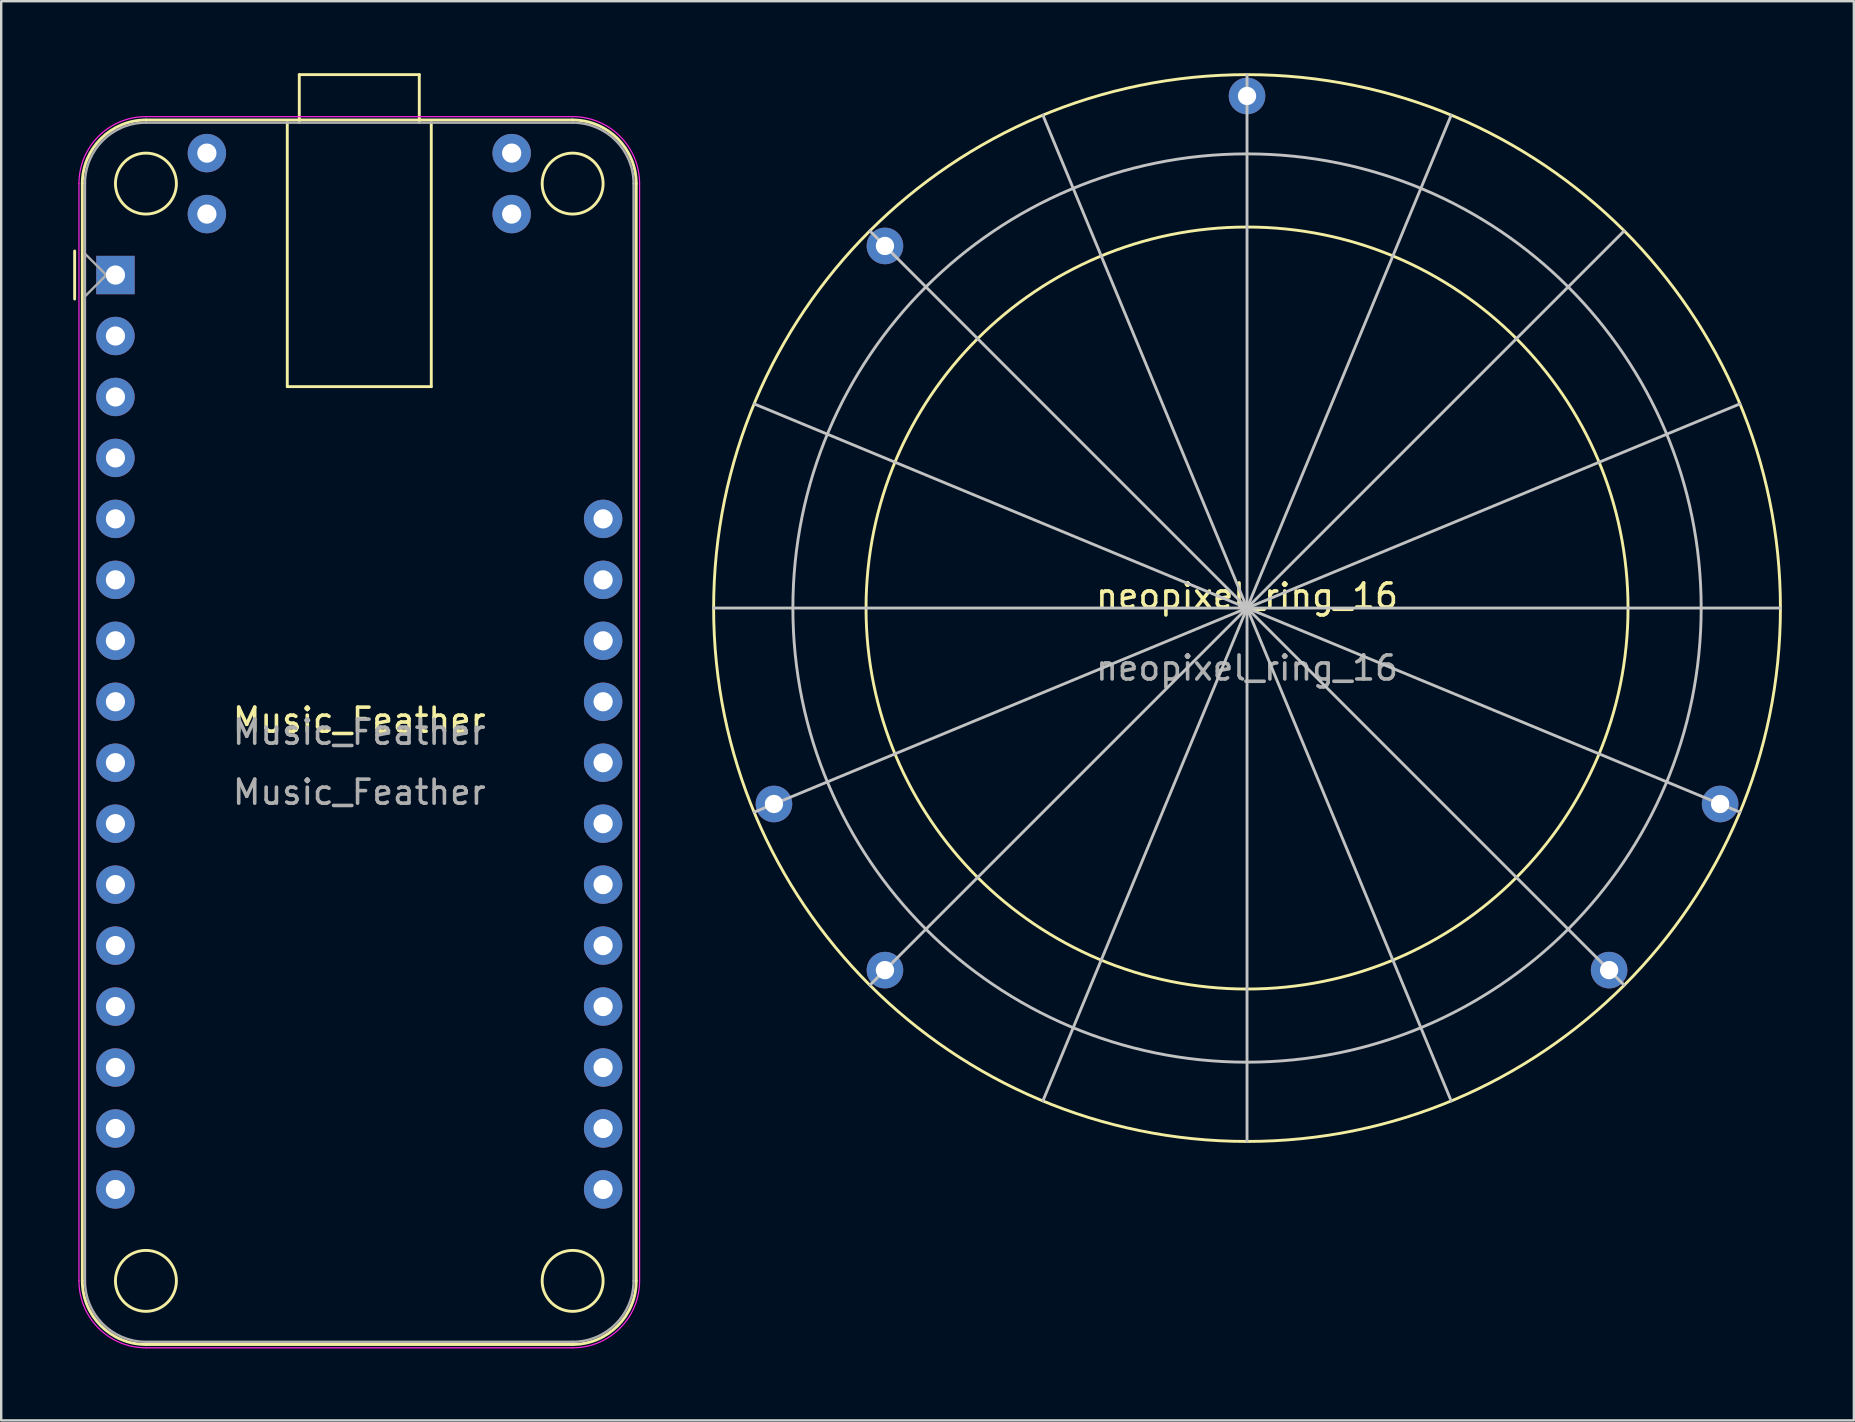
<source format=kicad_pcb>
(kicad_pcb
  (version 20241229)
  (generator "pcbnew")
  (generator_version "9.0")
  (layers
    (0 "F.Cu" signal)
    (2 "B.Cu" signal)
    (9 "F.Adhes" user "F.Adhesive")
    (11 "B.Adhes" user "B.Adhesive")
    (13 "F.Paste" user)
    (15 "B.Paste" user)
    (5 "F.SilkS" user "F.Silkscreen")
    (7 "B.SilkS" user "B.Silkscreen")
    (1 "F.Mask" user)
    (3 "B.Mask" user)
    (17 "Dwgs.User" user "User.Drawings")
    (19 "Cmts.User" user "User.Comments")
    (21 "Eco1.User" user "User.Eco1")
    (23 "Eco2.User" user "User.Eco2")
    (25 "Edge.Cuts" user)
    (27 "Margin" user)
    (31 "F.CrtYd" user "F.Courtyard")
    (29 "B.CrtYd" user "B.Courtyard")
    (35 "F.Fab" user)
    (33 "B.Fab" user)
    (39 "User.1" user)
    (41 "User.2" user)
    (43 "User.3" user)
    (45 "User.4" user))
  (footprint "Music_Feather"
    (layer "F.Cu")
    (at 11.92 27.46)
    (property "Reference" "Music_Feather" (at 0 -0.5 0) (unlocked yes) (layer "F.SilkS") (effects (font (size 1 1) (thickness 0.15))))
    (attr through_hole)
    (fp_line (start -11.86 -18.05) (end -11.86 -20.05) (stroke (width 0.12) (type solid)) (layer "F.SilkS"))
    (fp_line (start -11.54 -22.86) (end -11.54 22.86) (stroke (width 0.12) (type solid)) (layer "F.SilkS"))
    (fp_line (start -3 -14.4) (end -3 -25.4) (stroke (width 0.12) (type solid)) (layer "F.SilkS"))
    (fp_line (start -2.5 -27.4) (end 2.5 -27.4) (stroke (width 0.12) (type solid)) (layer "F.SilkS"))
    (fp_line (start -2.5 -25.4) (end -2.5 -27.4) (stroke (width 0.12) (type solid)) (layer "F.SilkS"))
    (fp_line (start 2.5 -27.4) (end 2.5 -25.4) (stroke (width 0.12) (type solid)) (layer "F.SilkS"))
    (fp_line (start 3 -25.4) (end 3 -14.4) (stroke (width 0.12) (type solid)) (layer "F.SilkS"))
    (fp_line (start 3 -14.4) (end -3 -14.4) (stroke (width 0.12) (type solid)) (layer "F.SilkS"))
    (fp_line (start 8.89 -25.51) (end -8.89 -25.51) (stroke (width 0.12) (type solid)) (layer "F.SilkS"))
    (fp_line (start 8.89 25.51) (end -8.89 25.51) (stroke (width 0.12) (type solid)) (layer "F.SilkS"))
    (fp_line (start 11.54 -22.86) (end 11.54 22.86) (stroke (width 0.12) (type solid)) (layer "F.SilkS"))
    (fp_arc (start -11.54 -22.86) (mid -10.763833 -24.733833) (end -8.89 -25.51) (stroke (width 0.12) (type solid)) (layer "F.SilkS"))
    (fp_arc (start -8.89 25.51) (mid -10.763833 24.733833) (end -11.54 22.86) (stroke (width 0.12) (type solid)) (layer "F.SilkS"))
    (fp_arc (start 8.89 -25.51) (mid 10.763833 -24.733833) (end 11.54 -22.86) (stroke (width 0.12) (type solid)) (layer "F.SilkS"))
    (fp_arc (start 11.54 22.86) (mid 10.763833 24.733833) (end 8.89 25.51) (stroke (width 0.12) (type solid)) (layer "F.SilkS"))
    (fp_circle (center -8.89 -22.86) (end -7.62 -22.86) (stroke (width 0.12) (type solid)) (fill no) (layer "F.SilkS"))
    (fp_circle (center -8.89 22.86) (end -7.62 22.86) (stroke (width 0.12) (type solid)) (fill no) (layer "F.SilkS"))
    (fp_circle (center 8.89 -22.86) (end 10.16 -22.86) (stroke (width 0.12) (type solid)) (fill no) (layer "F.SilkS"))
    (fp_circle (center 8.89 22.86) (end 10.16 22.86) (stroke (width 0.12) (type solid)) (fill no) (layer "F.SilkS"))
    (fp_line (start -11.68 22.86) (end -11.68 -22.86) (stroke (width 0.05) (type solid)) (layer "F.CrtYd"))
    (fp_line (start 8.89 -25.65) (end -8.89 -25.65) (stroke (width 0.05) (type solid)) (layer "F.CrtYd"))
    (fp_line (start 8.89 25.65) (end -8.89 25.65) (stroke (width 0.05) (type solid)) (layer "F.CrtYd"))
    (fp_line (start 11.68 22.86) (end 11.68 -22.86) (stroke (width 0.05) (type solid)) (layer "F.CrtYd"))
    (fp_arc (start -11.68 -22.86) (mid -10.862828 -24.832828) (end -8.89 -25.65) (stroke (width 0.05) (type solid)) (layer "F.CrtYd"))
    (fp_arc (start -8.89 25.65) (mid -10.862828 24.832828) (end -11.68 22.86) (stroke (width 0.05) (type solid)) (layer "F.CrtYd"))
    (fp_arc (start 8.89 -25.65) (mid 10.862828 -24.832828) (end 11.68 -22.86) (stroke (width 0.05) (type solid)) (layer "F.CrtYd"))
    (fp_arc (start 11.68 22.86) (mid 10.862828 24.832828) (end 8.89 25.65) (stroke (width 0.05) (type solid)) (layer "F.CrtYd"))
    (fp_line (start -11.43 -22.86) (end -11.43 22.86) (stroke (width 0.1) (type solid)) (layer "F.Fab"))
    (fp_line (start -11.43 -19.939) (end -10.541 -19.05) (stroke (width 0.1) (type solid)) (layer "F.Fab"))
    (fp_line (start -10.541 -19.05) (end -11.43 -18.161) (stroke (width 0.1) (type solid)) (layer "F.Fab"))
    (fp_line (start -8.89 25.4) (end 8.89 25.4) (stroke (width 0.1) (type solid)) (layer "F.Fab"))
    (fp_line (start 8.89 -25.4) (end -8.89 -25.4) (stroke (width 0.1) (type solid)) (layer "F.Fab"))
    (fp_line (start 11.43 22.86) (end 11.43 -22.86) (stroke (width 0.1) (type solid)) (layer "F.Fab"))
    (fp_arc (start -11.43 -22.86) (mid -10.686051 -24.656051) (end -8.89 -25.4) (stroke (width 0.1) (type solid)) (layer "F.Fab"))
    (fp_arc (start -8.938762 25.399532) (mid -10.703209 24.638728) (end -11.43 22.86) (stroke (width 0.1) (type solid)) (layer "F.Fab"))
    (fp_arc (start 8.89 -25.4) (mid 10.686051 -24.656051) (end 11.43 -22.86) (stroke (width 0.1) (type solid)) (layer "F.Fab"))
    (fp_arc (start 11.43 22.86) (mid 10.686051 24.656051) (end 8.89 25.4) (stroke (width 0.1) (type solid)) (layer "F.Fab"))
    (fp_text user "${REFERENCE}" (at 0 2.5 0) (unlocked yes) (layer "F.Fab") (effects (font (size 1 1) (thickness 0.15))))
    (fp_text user "${REFERENCE}" (at 0 0 180) (layer "F.Fab") (effects (font (size 1 1) (thickness 0.15))))
    (pad "1" thru_hole rect (at -10.16 -19.05 180) (size 1.6 1.6) (drill 0.8) (layers "*.Cu" "*.Mask"))
    (pad "2" thru_hole circle (at -10.16 -16.51 180) (size 1.6 1.6) (drill 0.8) (layers "*.Cu" "*.Mask"))
    (pad "3" thru_hole circle (at -10.16 -13.97 180) (size 1.6 1.6) (drill 0.8) (layers "*.Cu" "*.Mask"))
    (pad "4" thru_hole circle (at -10.16 -11.43 180) (size 1.6 1.6) (drill 0.8) (layers "*.Cu" "*.Mask"))
    (pad "5" thru_hole circle (at -10.16 -8.89 180) (size 1.6 1.6) (drill 0.8) (layers "*.Cu" "*.Mask"))
    (pad "6" thru_hole circle (at -10.16 -6.35 180) (size 1.6 1.6) (drill 0.8) (layers "*.Cu" "*.Mask"))
    (pad "7" thru_hole circle (at -10.16 -3.81 180) (size 1.6 1.6) (drill 0.8) (layers "*.Cu" "*.Mask"))
    (pad "8" thru_hole circle (at -10.16 -1.27 180) (size 1.6 1.6) (drill 0.8) (layers "*.Cu" "*.Mask"))
    (pad "9" thru_hole circle (at -10.16 1.27 180) (size 1.6 1.6) (drill 0.8) (layers "*.Cu" "*.Mask"))
    (pad "10" thru_hole circle (at -10.16 3.81 180) (size 1.6 1.6) (drill 0.8) (layers "*.Cu" "*.Mask"))
    (pad "11" thru_hole circle (at -10.16 6.35 180) (size 1.6 1.6) (drill 0.8) (layers "*.Cu" "*.Mask"))
    (pad "12" thru_hole circle (at -10.16 8.89 180) (size 1.6 1.6) (drill 0.8) (layers "*.Cu" "*.Mask"))
    (pad "13" thru_hole circle (at -10.16 11.43 180) (size 1.6 1.6) (drill 0.8) (layers "*.Cu" "*.Mask"))
    (pad "14" thru_hole circle (at -10.16 13.97 180) (size 1.6 1.6) (drill 0.8) (layers "*.Cu" "*.Mask"))
    (pad "15" thru_hole circle (at -10.16 16.51 180) (size 1.6 1.6) (drill 0.8) (layers "*.Cu" "*.Mask"))
    (pad "16" thru_hole circle (at -10.16 19.05 180) (size 1.6 1.6) (drill 0.8) (layers "*.Cu" "*.Mask"))
    (pad "17" thru_hole circle (at 10.16 19.05 180) (size 1.6 1.6) (drill 0.8) (layers "*.Cu" "*.Mask"))
    (pad "18" thru_hole circle (at 10.16 16.51 180) (size 1.6 1.6) (drill 0.8) (layers "*.Cu" "*.Mask"))
    (pad "19" thru_hole circle (at 10.16 13.97 180) (size 1.6 1.6) (drill 0.8) (layers "*.Cu" "*.Mask"))
    (pad "20" thru_hole circle (at 10.16 11.43 180) (size 1.6 1.6) (drill 0.8) (layers "*.Cu" "*.Mask"))
    (pad "21" thru_hole circle (at 10.16 8.89 180) (size 1.6 1.6) (drill 0.8) (layers "*.Cu" "*.Mask"))
    (pad "22" thru_hole circle (at 10.16 6.35 180) (size 1.6 1.6) (drill 0.8) (layers "*.Cu" "*.Mask"))
    (pad "23" thru_hole circle (at 10.16 3.81 180) (size 1.6 1.6) (drill 0.8) (layers "*.Cu" "*.Mask"))
    (pad "24" thru_hole circle (at 10.16 1.27 180) (size 1.6 1.6) (drill 0.8) (layers "*.Cu" "*.Mask"))
    (pad "25" thru_hole circle (at 10.16 -1.27 180) (size 1.6 1.6) (drill 0.8) (layers "*.Cu" "*.Mask"))
    (pad "26" thru_hole circle (at 10.16 -3.81 180) (size 1.6 1.6) (drill 0.8) (layers "*.Cu" "*.Mask"))
    (pad "27" thru_hole circle (at 10.16 -6.35 180) (size 1.6 1.6) (drill 0.8) (layers "*.Cu" "*.Mask"))
    (pad "28" thru_hole circle (at 10.16 -8.89 180) (size 1.6 1.6) (drill 0.8) (layers "*.Cu" "*.Mask"))
    (pad "29" thru_hole circle (at 6.35 -21.59 180) (size 1.6 1.6) (drill 0.8) (layers "*.Cu" "*.Mask"))
    (pad "30" thru_hole circle (at 6.35 -24.13 180) (size 1.6 1.6) (drill 0.8) (layers "*.Cu" "*.Mask"))
    (pad "31" thru_hole circle (at -6.35 -24.13 180) (size 1.6 1.6) (drill 0.8) (layers "*.Cu" "*.Mask"))
    (pad "32" thru_hole circle (at -6.35 -21.59 180) (size 1.6 1.6) (drill 0.8) (layers "*.Cu" "*.Mask")))
  (footprint "neopixel_ring_16"
    (layer "F.Cu")
    (at 48.91 22.285)
    (property "Reference" "neopixel_ring_16" (at 0 -0.5 0) (unlocked yes) (layer "F.SilkS") (effects (font (size 1 1) (thickness 0.15))))
    (attr through_hole)
    (fp_circle (center 0 0) (end 15.875 0) (stroke (width 0.12) (type solid)) (fill no) (layer "F.SilkS"))
    (fp_circle (center 0 0) (end 22.225 0) (stroke (width 0.12) (type solid)) (fill no) (layer "F.SilkS"))
    (fp_line (start 0 0) (end -22.225 -0.000001) (stroke (width 0.12) (type solid)) (layer "Dwgs.User"))
    (fp_line (start 0 0) (end -20.533 8.505) (stroke (width 0.12) (type solid)) (layer "Dwgs.User"))
    (fp_line (start 0 0) (end -20.533 -8.505) (stroke (width 0.12) (type solid)) (layer "Dwgs.User"))
    (fp_line (start 0 0) (end -15.715 15.715) (stroke (width 0.12) (type solid)) (layer "Dwgs.User"))
    (fp_line (start 0 0) (end -15.715 -15.715) (stroke (width 0.12) (type solid)) (layer "Dwgs.User"))
    (fp_line (start 0 0) (end -8.505 20.533) (stroke (width 0.12) (type solid)) (layer "Dwgs.User"))
    (fp_line (start 0 0) (end -8.505 -20.533) (stroke (width 0.12) (type solid)) (layer "Dwgs.User"))
    (fp_line (start 0 0) (end 0 -22.225) (stroke (width 0.12) (type solid)) (layer "Dwgs.User"))
    (fp_line (start 0 0) (end 0.000001 22.225) (stroke (width 0.12) (type solid)) (layer "Dwgs.User"))
    (fp_line (start 0 0) (end 8.505 -20.533) (stroke (width 0.12) (type solid)) (layer "Dwgs.User"))
    (fp_line (start 0 0) (end 8.505 20.533) (stroke (width 0.12) (type solid)) (layer "Dwgs.User"))
    (fp_line (start 0 0) (end 15.715 -15.715) (stroke (width 0.12) (type solid)) (layer "Dwgs.User"))
    (fp_line (start 0 0) (end 15.715 15.715) (stroke (width 0.12) (type solid)) (layer "Dwgs.User"))
    (fp_line (start 0 0) (end 20.533 -8.505) (stroke (width 0.12) (type solid)) (layer "Dwgs.User"))
    (fp_line (start 0 0) (end 20.533 8.505) (stroke (width 0.12) (type solid)) (layer "Dwgs.User"))
    (fp_line (start 0 0) (end 22.225 0) (stroke (width 0.12) (type solid)) (layer "Dwgs.User"))
    (fp_circle (center 0 0) (end 18.923 0) (stroke (width 0.12) (type solid)) (fill no) (layer "Dwgs.User"))
    (fp_text user "${REFERENCE}" (at 0 2.5 0) (unlocked yes) (layer "F.Fab") (effects (font (size 1 1) (thickness 0.15))))
    (pad "1" thru_hole circle (at -15.087 -15.087 247.5) (size 1.524 1.524) (drill 0.762) (layers "*.Cu" "*.Mask"))
    (pad "2" thru_hole circle (at 0 -21.336) (size 1.524 1.524) (drill 0.762) (layers "*.Cu" "*.Mask"))
    (pad "3" thru_hole circle (at 15.087 15.087 225) (size 1.524 1.524) (drill 0.762) (layers "*.Cu" "*.Mask"))
    (pad "3" thru_hole circle (at 19.712 8.165 247.5) (size 1.524 1.524) (drill 0.762) (layers "*.Cu" "*.Mask"))
    (pad "4" thru_hole circle (at -19.712 8.165 112.5) (size 1.524 1.524) (drill 0.762) (layers "*.Cu" "*.Mask"))
    (pad "4" thru_hole circle (at -15.087 15.087 135) (size 1.524 1.524) (drill 0.762) (layers "*.Cu" "*.Mask")))
  (gr_rect
    (start -3 -3)
    (end 74.195 56.135)
    (stroke (width 0.1) (type default))
    (fill no)
    (layer "Edge.Cuts")))
</source>
